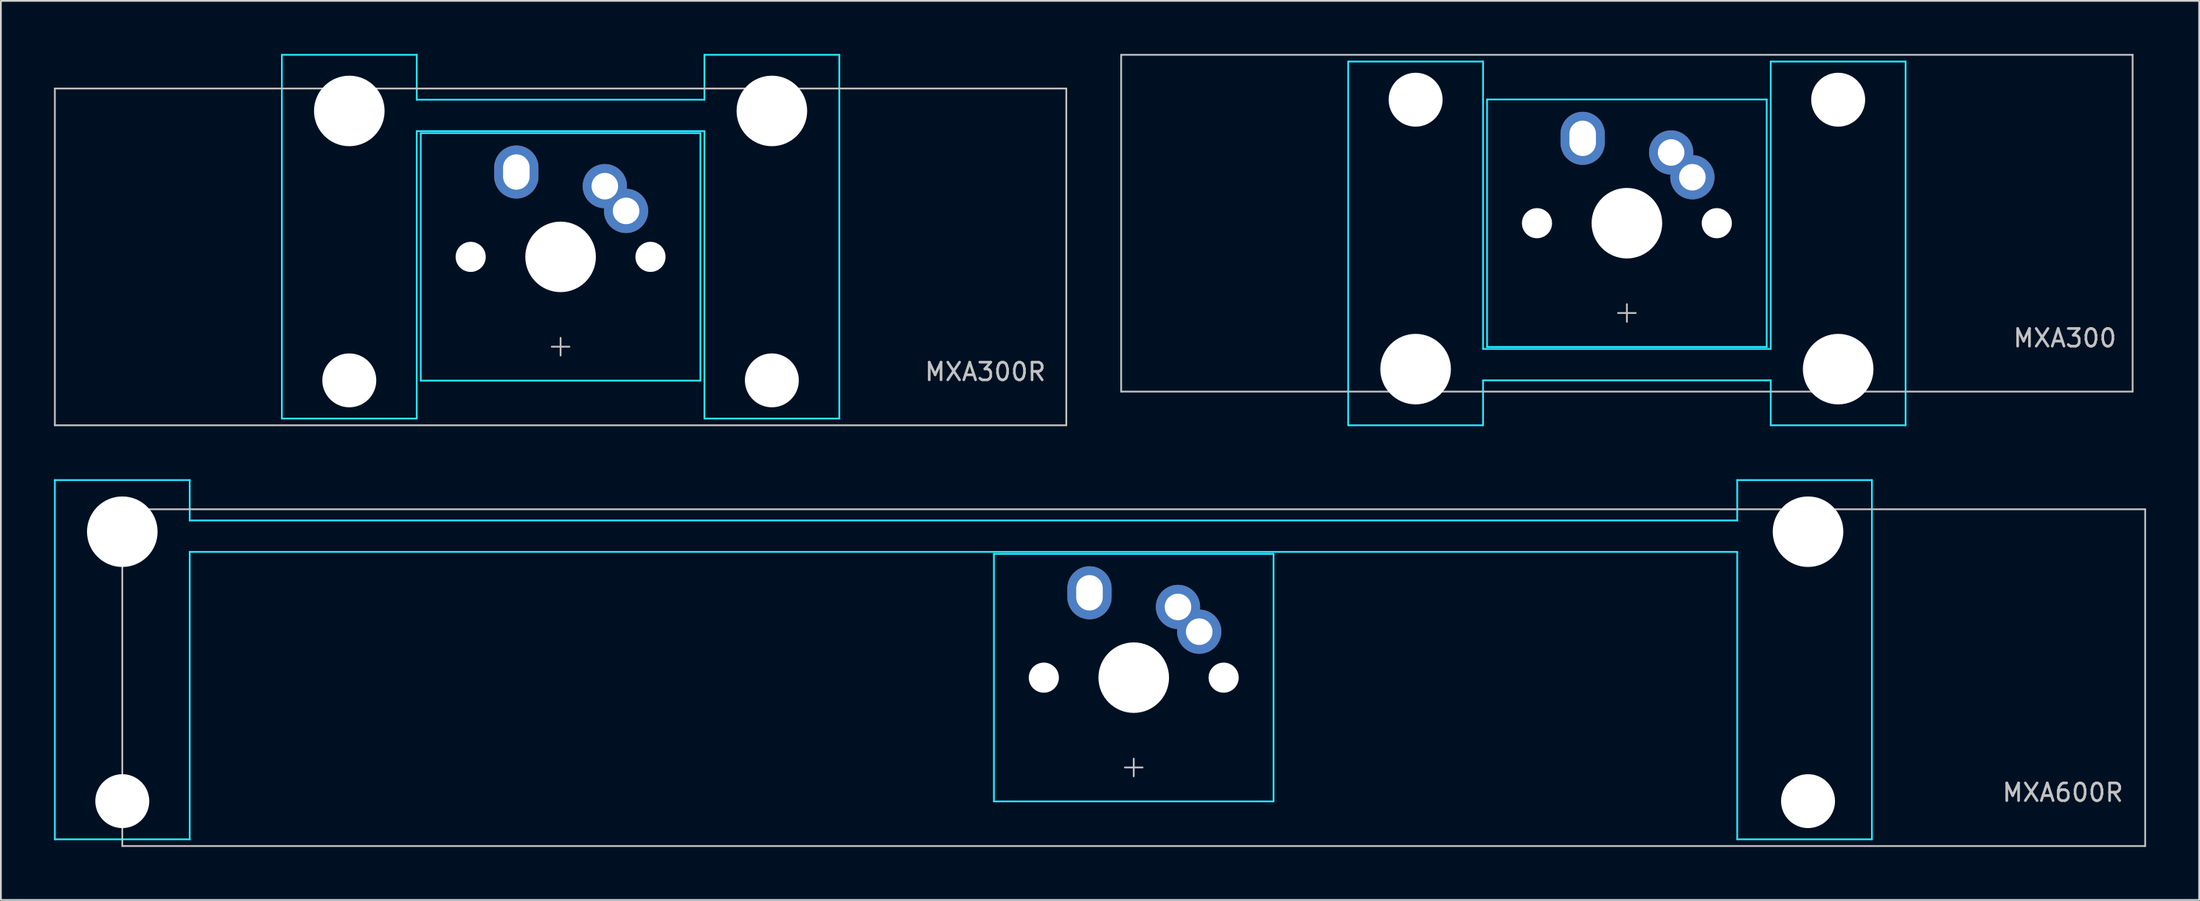
<source format=kicad_pcb>
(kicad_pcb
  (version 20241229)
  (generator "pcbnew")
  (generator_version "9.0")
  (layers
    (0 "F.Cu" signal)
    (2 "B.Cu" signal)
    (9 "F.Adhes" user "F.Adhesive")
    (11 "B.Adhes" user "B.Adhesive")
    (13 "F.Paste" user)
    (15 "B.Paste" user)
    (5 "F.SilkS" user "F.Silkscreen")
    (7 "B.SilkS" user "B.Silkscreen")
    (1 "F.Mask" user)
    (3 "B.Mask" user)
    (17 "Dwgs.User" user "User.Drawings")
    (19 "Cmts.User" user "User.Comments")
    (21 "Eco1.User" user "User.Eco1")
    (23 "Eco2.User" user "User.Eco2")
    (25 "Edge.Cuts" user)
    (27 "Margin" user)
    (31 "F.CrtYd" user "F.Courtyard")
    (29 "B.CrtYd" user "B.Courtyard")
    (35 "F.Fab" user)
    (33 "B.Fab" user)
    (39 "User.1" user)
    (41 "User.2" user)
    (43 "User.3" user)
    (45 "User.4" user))
  (footprint "MXA300R"
    (layer "F.Cu")
    (at 28.625 11.48)
    (property "Reference" "MXA300R" (at 27.5 6.5 0) (layer "Dwgs.User") (effects (font (size 1 1) (thickness 0.15)) (justify right)))
    (attr through_hole)
    (fp_line (start -28.575 -9.525) (end -28.575 9.525) (stroke (width 0.1) (type solid)) (layer "Dwgs.User"))
    (fp_line (start -0.5 5.08) (end 0.5 5.08) (stroke (width 0.1) (type solid)) (layer "Dwgs.User"))
    (fp_line (start 0 4.58) (end 0 5.58) (stroke (width 0.1) (type solid)) (layer "Dwgs.User"))
    (fp_line (start 28.575 -9.525) (end -28.575 -9.525) (stroke (width 0.1) (type solid)) (layer "Dwgs.User"))
    (fp_line (start 28.575 -9.525) (end 28.575 9.525) (stroke (width 0.1) (type solid)) (layer "Dwgs.User"))
    (fp_line (start 28.575 9.525) (end -28.575 9.525) (stroke (width 0.1) (type solid)) (layer "Dwgs.User"))
    (fp_line (start -15.748 -11.43) (end -8.128 -11.43) (stroke (width 0.1) (type solid)) (layer "B.CrtYd"))
    (fp_line (start -15.748 9.144) (end -15.748 -11.43) (stroke (width 0.1) (type solid)) (layer "B.CrtYd"))
    (fp_line (start -8.128 -11.43) (end -8.128 -8.89) (stroke (width 0.1) (type solid)) (layer "B.CrtYd"))
    (fp_line (start -8.128 9.144) (end -15.748 9.144) (stroke (width 0.1) (type solid)) (layer "B.CrtYd"))
    (fp_line (start -8.128 9.144) (end -8.128 -7.112) (stroke (width 0.1) (type solid)) (layer "B.CrtYd"))
    (fp_line (start -7.9 -7) (end 7.9 -7) (stroke (width 0.1) (type solid)) (layer "B.CrtYd"))
    (fp_line (start -7.9 7) (end -7.9 -7) (stroke (width 0.1) (type solid)) (layer "B.CrtYd"))
    (fp_line (start -7.9 7) (end 7.9 7) (stroke (width 0.1) (type solid)) (layer "B.CrtYd"))
    (fp_line (start 7.9 7) (end 7.9 -7) (stroke (width 0.1) (type solid)) (layer "B.CrtYd"))
    (fp_line (start 8.128 -11.43) (end 8.128 -8.89) (stroke (width 0.1) (type solid)) (layer "B.CrtYd"))
    (fp_line (start 8.128 -11.43) (end 15.748 -11.43) (stroke (width 0.1) (type solid)) (layer "B.CrtYd"))
    (fp_line (start 8.128 -8.89) (end -8.128 -8.89) (stroke (width 0.1) (type solid)) (layer "B.CrtYd"))
    (fp_line (start 8.128 -7.112) (end -8.128 -7.112) (stroke (width 0.1) (type solid)) (layer "B.CrtYd"))
    (fp_line (start 8.128 9.144) (end 8.128 -7.112) (stroke (width 0.1) (type solid)) (layer "B.CrtYd"))
    (fp_line (start 15.748 -11.43) (end 15.748 9.144) (stroke (width 0.1) (type solid)) (layer "B.CrtYd"))
    (fp_line (start 15.748 9.144) (end 8.128 9.144) (stroke (width 0.1) (type solid)) (layer "B.CrtYd"))
    (pad "" np_thru_hole circle (at -11.938 -8.255) (size 3.988 3.988) (drill 3.988) (layers "*.Cu" "*.Mask"))
    (pad "" np_thru_hole circle (at -11.938 6.985) (size 3.048 3.048) (drill 3.048) (layers "*.Cu" "*.Mask"))
    (pad "" np_thru_hole circle (at -5.08 0) (size 1.702 1.702) (drill 1.702) (layers "*.Cu" "*.Mask"))
    (pad "" smd oval (at -2.5 -4.8) (size 1.4 1.9) (layers "B.Mask"))
    (pad "" np_thru_hole circle (at 0 0) (size 3.988 3.988) (drill 3.988) (layers "*.Cu" "*.Mask"))
    (pad "" smd circle (at 2.5 -4 45) (size 1.4 1.4) (layers "B.Mask"))
    (pad "" smd circle (at 3.7 -2.6 45) (size 1.4 1.4) (layers "B.Mask"))
    (pad "" np_thru_hole circle (at 5.08 0) (size 1.702 1.702) (drill 1.702) (layers "*.Cu" "*.Mask"))
    (pad "" np_thru_hole circle (at 11.938 -8.255) (size 3.988 3.988) (drill 3.988) (layers "*.Cu" "*.Mask"))
    (pad "" np_thru_hole circle (at 11.938 6.985) (size 3.048 3.048) (drill 3.048) (layers "*.Cu" "*.Mask"))
    (pad "1" thru_hole oval (at -2.5 -4.8) (size 2.5 3) (drill oval 1.5 2) (layers "*.Cu" "F.Mask"))
    (pad "2" thru_hole circle (at 2.5 -4 45) (size 2.5 2.5) (drill 1.5) (layers "*.Cu" "F.Mask"))
    (pad "2" thru_hole circle (at 3.7 -2.6 45) (size 2.5 2.5) (drill 1.5) (layers "*.Cu" "F.Mask")))
  (footprint "MXA300"
    (layer "F.Cu")
    (at 88.875 9.575)
    (property "Reference" "MXA300" (at 27.75 6.5 0) (layer "Dwgs.User") (effects (font (size 1 1) (thickness 0.15)) (justify right)))
    (attr through_hole)
    (fp_line (start -28.575 -9.525) (end -28.575 9.525) (stroke (width 0.1) (type solid)) (layer "Dwgs.User"))
    (fp_line (start -0.5 5.08) (end 0.5 5.08) (stroke (width 0.1) (type solid)) (layer "Dwgs.User"))
    (fp_line (start 0 4.58) (end 0 5.58) (stroke (width 0.1) (type solid)) (layer "Dwgs.User"))
    (fp_line (start 28.575 -9.525) (end -28.575 -9.525) (stroke (width 0.1) (type solid)) (layer "Dwgs.User"))
    (fp_line (start 28.575 -9.525) (end 28.575 9.525) (stroke (width 0.1) (type solid)) (layer "Dwgs.User"))
    (fp_line (start 28.575 9.525) (end -28.575 9.525) (stroke (width 0.1) (type solid)) (layer "Dwgs.User"))
    (fp_line (start -15.748 -9.144) (end -8.128 -9.144) (stroke (width 0.1) (type solid)) (layer "B.CrtYd"))
    (fp_line (start -15.748 11.43) (end -15.748 -9.144) (stroke (width 0.1) (type solid)) (layer "B.CrtYd"))
    (fp_line (start -8.128 -9.144) (end -8.128 7.112) (stroke (width 0.1) (type solid)) (layer "B.CrtYd"))
    (fp_line (start -8.128 7.112) (end 8.128 7.112) (stroke (width 0.1) (type solid)) (layer "B.CrtYd"))
    (fp_line (start -8.128 8.89) (end 8.128 8.89) (stroke (width 0.1) (type solid)) (layer "B.CrtYd"))
    (fp_line (start -8.128 11.43) (end -15.748 11.43) (stroke (width 0.1) (type solid)) (layer "B.CrtYd"))
    (fp_line (start -8.128 11.43) (end -8.128 8.89) (stroke (width 0.1) (type solid)) (layer "B.CrtYd"))
    (fp_line (start -7.9 -7) (end -7.9 7) (stroke (width 0.1) (type solid)) (layer "B.CrtYd"))
    (fp_line (start 7.9 -7) (end -7.9 -7) (stroke (width 0.1) (type solid)) (layer "B.CrtYd"))
    (fp_line (start 7.9 -7) (end 7.9 7) (stroke (width 0.1) (type solid)) (layer "B.CrtYd"))
    (fp_line (start 7.9 7) (end -7.9 7) (stroke (width 0.1) (type solid)) (layer "B.CrtYd"))
    (fp_line (start 8.128 -9.144) (end 8.128 7.112) (stroke (width 0.1) (type solid)) (layer "B.CrtYd"))
    (fp_line (start 8.128 -9.144) (end 15.748 -9.144) (stroke (width 0.1) (type solid)) (layer "B.CrtYd"))
    (fp_line (start 8.128 11.43) (end 8.128 8.89) (stroke (width 0.1) (type solid)) (layer "B.CrtYd"))
    (fp_line (start 15.748 -9.144) (end 15.748 11.43) (stroke (width 0.1) (type solid)) (layer "B.CrtYd"))
    (fp_line (start 15.748 11.43) (end 8.128 11.43) (stroke (width 0.1) (type solid)) (layer "B.CrtYd"))
    (pad "" np_thru_hole circle (at -11.938 -6.985 180) (size 3.048 3.048) (drill 3.048) (layers "*.Cu" "*.Mask"))
    (pad "" np_thru_hole circle (at -11.938 8.255 180) (size 3.988 3.988) (drill 3.988) (layers "*.Cu" "*.Mask"))
    (pad "" np_thru_hole circle (at -5.08 0) (size 1.702 1.702) (drill 1.702) (layers "*.Cu" "*.Mask"))
    (pad "" smd oval (at -2.5 -4.8) (size 1.4 1.9) (layers "B.Mask"))
    (pad "" np_thru_hole circle (at 0 0) (size 3.988 3.988) (drill 3.988) (layers "*.Cu" "*.Mask"))
    (pad "" smd circle (at 2.5 -4 45) (size 1.4 1.4) (layers "B.Mask"))
    (pad "" smd circle (at 3.7 -2.6 45) (size 1.4 1.4) (layers "B.Mask"))
    (pad "" np_thru_hole circle (at 5.08 0) (size 1.702 1.702) (drill 1.702) (layers "*.Cu" "*.Mask"))
    (pad "" np_thru_hole circle (at 11.938 -6.985 180) (size 3.048 3.048) (drill 3.048) (layers "*.Cu" "*.Mask"))
    (pad "" np_thru_hole circle (at 11.938 8.255 180) (size 3.988 3.988) (drill 3.988) (layers "*.Cu" "*.Mask"))
    (pad "1" thru_hole oval (at -2.5 -4.8) (size 2.5 3) (drill oval 1.5 2) (layers "*.Cu" "F.Mask"))
    (pad "2" thru_hole circle (at 2.5 -4 45) (size 2.5 2.5) (drill 1.5) (layers "*.Cu" "F.Mask"))
    (pad "2" thru_hole circle (at 3.7 -2.6 45) (size 2.5 2.5) (drill 1.5) (layers "*.Cu" "F.Mask")))
  (footprint "MXA600R"
    (layer "F.Cu")
    (at 61.01 35.281)
    (property "Reference" "MXA600R" (at 56 6.5 0) (layer "Dwgs.User") (effects (font (size 1 1) (thickness 0.15)) (justify right)))
    (attr through_hole)
    (fp_line (start -57.15 -9.525) (end -57.15 9.525) (stroke (width 0.1) (type solid)) (layer "Dwgs.User"))
    (fp_line (start -57.15 -9.525) (end 57.15 -9.525) (stroke (width 0.1) (type solid)) (layer "Dwgs.User"))
    (fp_line (start -57.15 9.525) (end 57.15 9.525) (stroke (width 0.1) (type solid)) (layer "Dwgs.User"))
    (fp_line (start -0.5 5.08) (end 0.5 5.08) (stroke (width 0.1) (type solid)) (layer "Dwgs.User"))
    (fp_line (start 0 4.58) (end 0 5.58) (stroke (width 0.1) (type solid)) (layer "Dwgs.User"))
    (fp_line (start 57.15 -9.525) (end 57.15 9.525) (stroke (width 0.1) (type solid)) (layer "Dwgs.User"))
    (fp_line (start -60.96 -11.176) (end -53.34 -11.176) (stroke (width 0.1) (type solid)) (layer "B.CrtYd"))
    (fp_line (start -60.96 9.144) (end -60.96 -11.176) (stroke (width 0.1) (type solid)) (layer "B.CrtYd"))
    (fp_line (start -60.96 9.144) (end -53.34 9.144) (stroke (width 0.1) (type solid)) (layer "B.CrtYd"))
    (fp_line (start -53.34 -8.89) (end -53.34 -11.176) (stroke (width 0.1) (type solid)) (layer "B.CrtYd"))
    (fp_line (start -53.34 -8.89) (end 34.099 -8.89) (stroke (width 0.1) (type solid)) (layer "B.CrtYd"))
    (fp_line (start -53.34 -7.112) (end -53.34 9.144) (stroke (width 0.1) (type solid)) (layer "B.CrtYd"))
    (fp_line (start -53.34 -7.112) (end 34.099 -7.112) (stroke (width 0.1) (type solid)) (layer "B.CrtYd"))
    (fp_line (start -7.9 -7) (end 7.9 -7) (stroke (width 0.1) (type solid)) (layer "B.CrtYd"))
    (fp_line (start -7.9 7) (end -7.9 -7) (stroke (width 0.1) (type solid)) (layer "B.CrtYd"))
    (fp_line (start -7.9 7) (end 7.9 7) (stroke (width 0.1) (type solid)) (layer "B.CrtYd"))
    (fp_line (start 7.9 7) (end 7.9 -7) (stroke (width 0.1) (type solid)) (layer "B.CrtYd"))
    (fp_line (start 34.099 -11.176) (end 41.71 -11.176) (stroke (width 0.1) (type solid)) (layer "B.CrtYd"))
    (fp_line (start 34.099 -8.89) (end 34.099 -11.176) (stroke (width 0.1) (type solid)) (layer "B.CrtYd"))
    (fp_line (start 34.099 -7.112) (end 34.099 9.144) (stroke (width 0.1) (type solid)) (layer "B.CrtYd"))
    (fp_line (start 34.099 9.144) (end 41.71 9.144) (stroke (width 0.1) (type solid)) (layer "B.CrtYd"))
    (fp_line (start 41.71 9.144) (end 41.71 -11.176) (stroke (width 0.1) (type solid)) (layer "B.CrtYd"))
    (pad "" np_thru_hole circle (at -57.15 -8.255 180) (size 3.988 3.988) (drill 3.988) (layers "*.Cu" "*.Mask"))
    (pad "" np_thru_hole circle (at -57.15 6.985 180) (size 3.048 3.048) (drill 3.048) (layers "*.Cu" "*.Mask"))
    (pad "" np_thru_hole circle (at -5.08 0) (size 1.702 1.702) (drill 1.702) (layers "*.Cu" "*.Mask"))
    (pad "" smd oval (at -2.5 -4.8) (size 1.4 1.9) (layers "B.Mask"))
    (pad "" np_thru_hole circle (at 0 0) (size 3.988 3.988) (drill 3.988) (layers "*.Cu" "*.Mask"))
    (pad "" smd circle (at 2.5 -4 45) (size 1.4 1.4) (layers "B.Mask"))
    (pad "" smd circle (at 3.7 -2.6 45) (size 1.4 1.4) (layers "B.Mask"))
    (pad "" np_thru_hole circle (at 5.08 0) (size 1.702 1.702) (drill 1.702) (layers "*.Cu" "*.Mask"))
    (pad "" np_thru_hole circle (at 38.1 -8.255 180) (size 3.988 3.988) (drill 3.988) (layers "*.Cu" "*.Mask"))
    (pad "" np_thru_hole circle (at 38.1 6.985 180) (size 3.048 3.048) (drill 3.048) (layers "*.Cu" "*.Mask"))
    (pad "1" thru_hole oval (at -2.5 -4.8) (size 2.5 3) (drill oval 1.5 2) (layers "*.Cu" "F.Mask"))
    (pad "2" thru_hole circle (at 2.5 -4 45) (size 2.5 2.5) (drill 1.5) (layers "*.Cu" "F.Mask"))
    (pad "2" thru_hole circle (at 3.7 -2.6 45) (size 2.5 2.5) (drill 1.5) (layers "*.Cu" "F.Mask")))
  (gr_rect
    (start -3 -3)
    (end 121.21 47.856)
    (stroke (width 0.1) (type default))
    (fill no)
    (layer "Edge.Cuts")))
</source>
